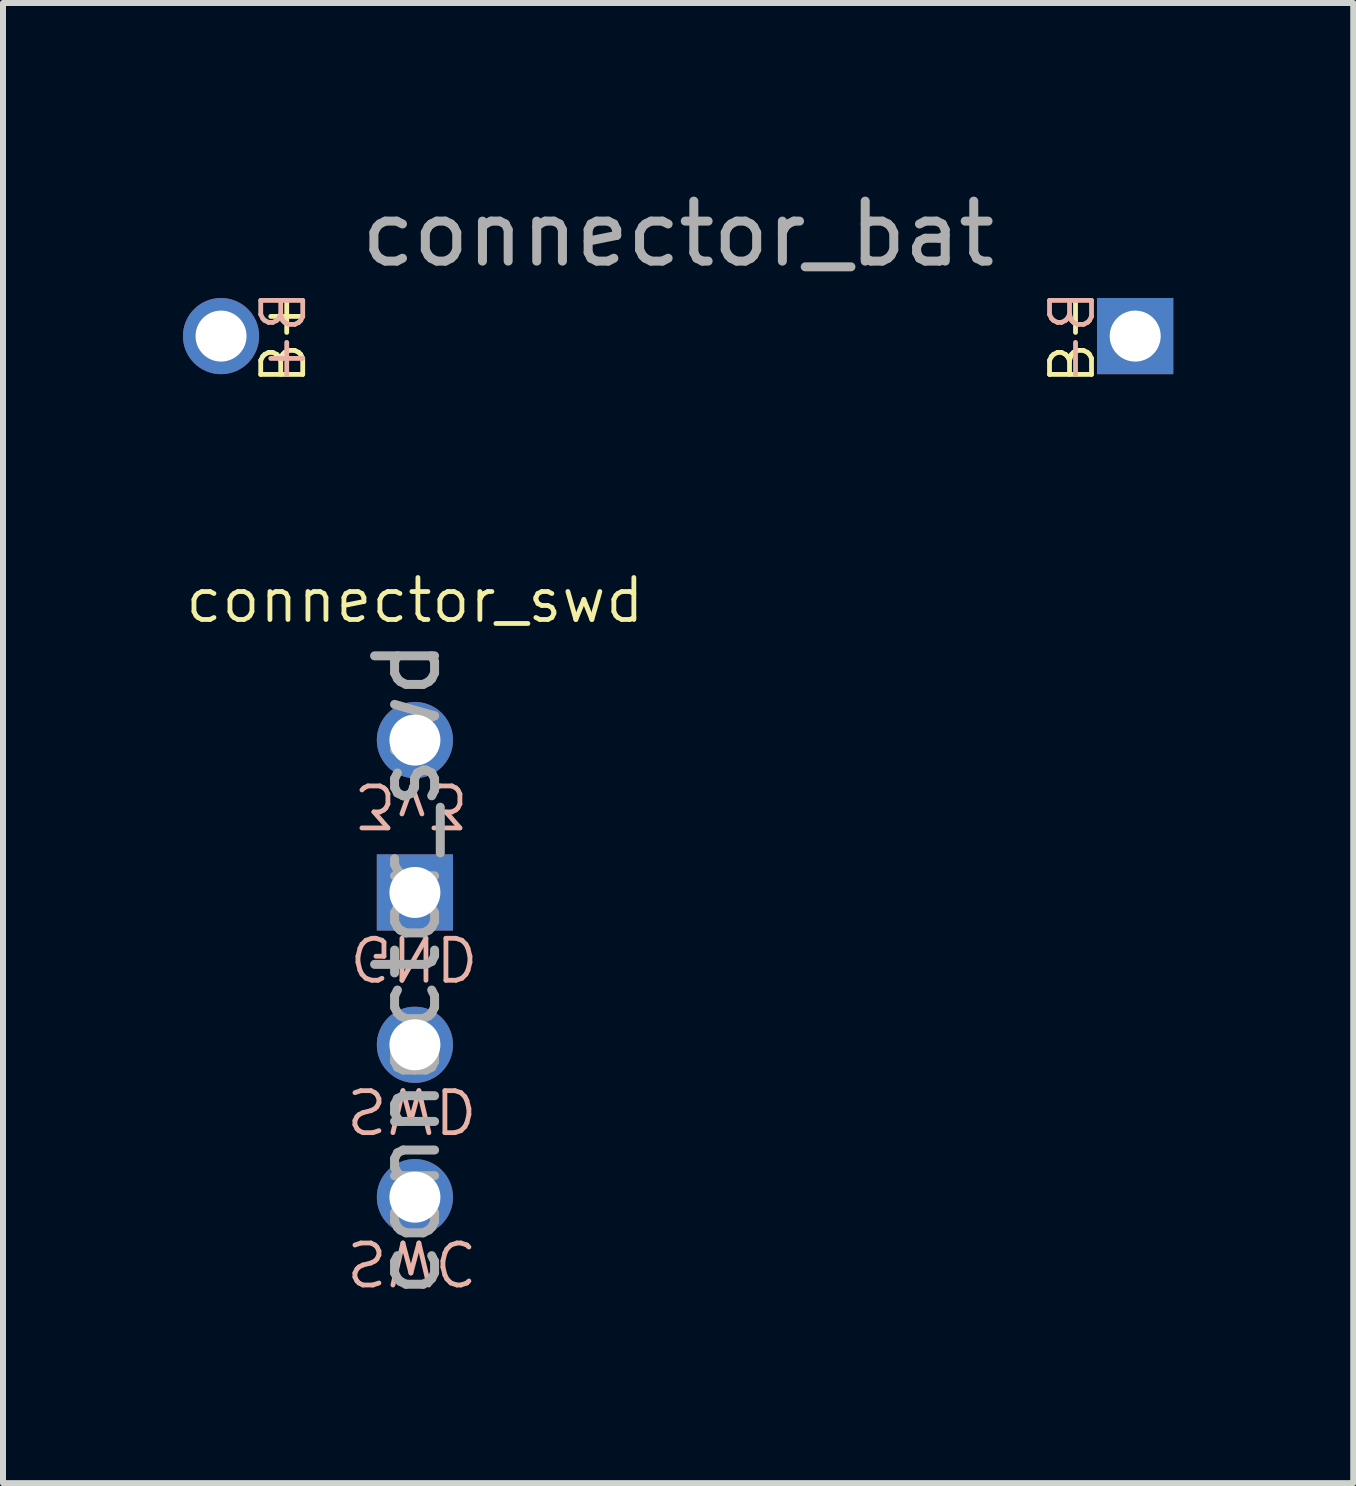
<source format=kicad_pcb>
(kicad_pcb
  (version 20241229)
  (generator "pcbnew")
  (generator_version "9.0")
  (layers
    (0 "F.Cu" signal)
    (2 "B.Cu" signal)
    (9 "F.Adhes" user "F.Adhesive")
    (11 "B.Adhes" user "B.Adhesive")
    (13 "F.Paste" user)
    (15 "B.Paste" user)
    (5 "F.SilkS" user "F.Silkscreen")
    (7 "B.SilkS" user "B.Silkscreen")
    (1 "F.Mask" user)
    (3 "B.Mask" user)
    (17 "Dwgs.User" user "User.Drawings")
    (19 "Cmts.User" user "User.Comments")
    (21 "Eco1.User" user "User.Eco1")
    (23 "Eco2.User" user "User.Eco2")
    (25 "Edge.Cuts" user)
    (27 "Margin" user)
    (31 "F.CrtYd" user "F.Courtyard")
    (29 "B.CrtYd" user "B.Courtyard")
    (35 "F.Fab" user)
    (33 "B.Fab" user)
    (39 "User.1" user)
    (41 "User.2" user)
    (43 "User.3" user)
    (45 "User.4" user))
  (footprint "connector_bat"
    (layer "F.Cu")
    (at 8.255 2.553)
    (property "Reference" "connector_bat" (at 0 -1.705 180) (layer "F.Fab") (effects (font (size 1 1) (thickness 0.15))))
    (attr through_hole exclude_from_bom)
    (fp_text user "B+" (at -6.578 0.022 270) (layer "F.SilkS") (effects (font (size 0.7 0.7) (thickness 0.08))))
    (fp_text user "B-" (at 6.572 0.022 90) (unlocked yes) (layer "F.SilkS") (effects (font (size 0.7 0.7) (thickness 0.08))))
    (fp_text user "B-" (at 6.572 0.022 90) (unlocked yes) (layer "B.SilkS") (effects (font (size 0.7 0.7) (thickness 0.08)) (justify mirror)))
    (fp_text user "B+" (at -6.578 0.022 270) (layer "B.SilkS") (effects (font (size 0.7 0.7) (thickness 0.08)) (justify mirror)))
    (pad "1" thru_hole circle (at -7.62 0 90) (size 1.27 1.27) (drill 0.85) (layers "*.Cu" "*.Mask"))
    (pad "2" thru_hole rect (at 7.62 0) (size 1.27 1.27) (drill 0.85) (layers "*.Cu" "*.Mask")))
  (footprint "connector_swd"
    (layer "F.Cu")
    (at 3.867 9.288)
    (property "Reference" "connector_swd" (at 0 -2.33 180) (layer "F.SilkS") (effects (font (size 0.7 0.7) (thickness 0.08))))
    (attr through_hole exclude_from_bom)
    (fp_text user "3v3" (at -0.05 1.084 180) (unlocked yes) (layer "B.SilkS") (effects (font (size 0.7 0.7) (thickness 0.08)) (justify mirror)))
    (fp_text user "GND" (at -0.016 3.624 180) (unlocked yes) (layer "B.SilkS") (effects (font (size 0.7 0.7) (thickness 0.08)) (justify mirror)))
    (fp_text user "SWD" (at -0.05 6.164 180) (unlocked yes) (layer "B.SilkS") (effects (font (size 0.7 0.7) (thickness 0.08)) (justify mirror)))
    (fp_text user "SWC" (at -0.05 8.704 180) (unlocked yes) (layer "B.SilkS") (effects (font (size 0.7 0.7) (thickness 0.08)) (justify mirror)))
    (fp_text user "${REFERENCE}" (at -0.127 3.81 270) (layer "F.Fab") (effects (font (size 1 1) (thickness 0.15))))
    (pad "1" thru_hole oval (at 0 0) (size 1.27 1.27) (drill 0.85) (layers "*.Cu" "*.Mask"))
    (pad "2" thru_hole rect (at 0 2.54) (size 1.27 1.27) (drill 0.85) (layers "*.Cu" "*.Mask"))
    (pad "3" thru_hole oval (at 0 5.08) (size 1.27 1.27) (drill 0.85) (layers "*.Cu" "*.Mask"))
    (pad "4" thru_hole oval (at 0 7.62) (size 1.27 1.27) (drill 0.85) (layers "*.Cu" "*.Mask")))
  (gr_rect
    (start -3 -3)
    (end 19.51 21.675)
    (stroke (width 0.1) (type default))
    (fill no)
    (layer "Edge.Cuts")))
</source>
